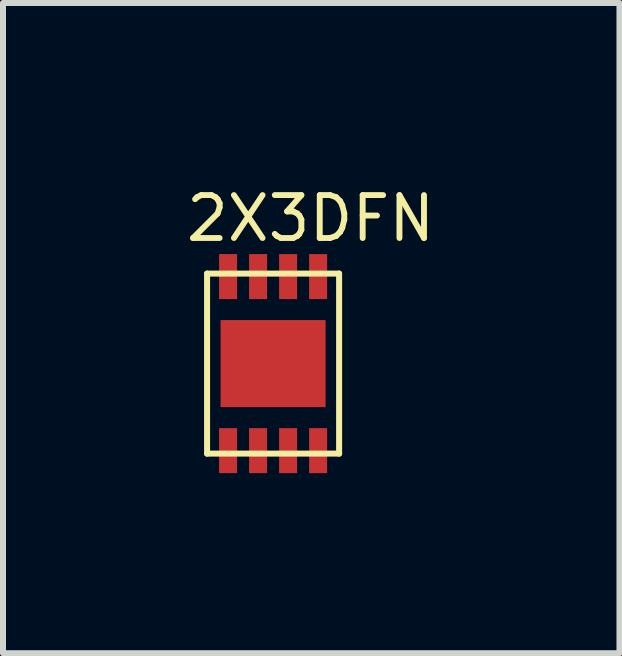
<source format=kicad_pcb>
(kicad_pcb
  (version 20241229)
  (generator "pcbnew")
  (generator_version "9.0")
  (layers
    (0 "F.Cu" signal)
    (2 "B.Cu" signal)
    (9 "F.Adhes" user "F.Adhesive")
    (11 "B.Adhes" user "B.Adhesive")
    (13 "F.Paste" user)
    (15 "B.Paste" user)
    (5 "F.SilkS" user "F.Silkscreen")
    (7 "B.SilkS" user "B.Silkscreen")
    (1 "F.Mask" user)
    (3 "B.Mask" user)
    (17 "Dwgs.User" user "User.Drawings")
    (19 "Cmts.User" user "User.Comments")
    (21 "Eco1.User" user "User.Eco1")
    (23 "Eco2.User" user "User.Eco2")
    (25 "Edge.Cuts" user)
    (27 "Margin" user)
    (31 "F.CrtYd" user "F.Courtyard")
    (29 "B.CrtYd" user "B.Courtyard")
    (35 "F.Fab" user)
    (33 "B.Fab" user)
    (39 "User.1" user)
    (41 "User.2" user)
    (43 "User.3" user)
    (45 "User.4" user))
  (footprint "2X3DFN"
    (layer "F.Cu")
    (at 1.5 3.008)
    (property "Reference" "2X3DFN" (at -1.5 -2 0) (unlocked yes) (layer "F.SilkS") (effects (font (size 0.715 0.715) (thickness 0.098)) (justify left bottom)))
    (fp_poly (pts (xy -0.9 -1.075) (xy -0.6 -1.075) (xy -0.6 -1.825) (xy -0.9 -1.825)) (stroke (width 0) (type default)) (fill yes) (layer "F.Mask"))
    (fp_poly (pts (xy -0.898 1.825) (xy -0.598 1.825) (xy -0.598 1.075) (xy -0.898 1.075)) (stroke (width 0) (type default)) (fill yes) (layer "F.Mask"))
    (fp_poly (pts (xy -0.875 0.725) (xy 0.875 0.725) (xy 0.875 -0.725) (xy -0.875 -0.725)) (stroke (width 0) (type default)) (fill yes) (layer "F.Mask"))
    (fp_poly (pts (xy -0.4 -1.075) (xy -0.1 -1.075) (xy -0.1 -1.825) (xy -0.4 -1.825)) (stroke (width 0) (type default)) (fill yes) (layer "F.Mask"))
    (fp_poly (pts (xy -0.4 1.825) (xy -0.1 1.825) (xy -0.1 1.075) (xy -0.4 1.075)) (stroke (width 0) (type default)) (fill yes) (layer "F.Mask"))
    (fp_poly (pts (xy 0.1 -1.075) (xy 0.4 -1.075) (xy 0.4 -1.825) (xy 0.1 -1.825)) (stroke (width 0) (type default)) (fill yes) (layer "F.Mask"))
    (fp_poly (pts (xy 0.1 1.825) (xy 0.4 1.825) (xy 0.4 1.075) (xy 0.1 1.075)) (stroke (width 0) (type default)) (fill yes) (layer "F.Mask"))
    (fp_poly (pts (xy 0.6 -1.075) (xy 0.9 -1.075) (xy 0.9 -1.825) (xy 0.6 -1.825)) (stroke (width 0) (type default)) (fill yes) (layer "F.Mask"))
    (fp_poly (pts (xy 0.6 1.825) (xy 0.9 1.825) (xy 0.9 1.075) (xy 0.6 1.075)) (stroke (width 0) (type default)) (fill yes) (layer "F.Mask"))
    (fp_line (start -1.1 -1.5) (end 1.1 -1.5) (stroke (width 0.1) (type solid)) (layer "F.SilkS"))
    (fp_line (start -1.1 1.5) (end -1.1 -1.5) (stroke (width 0.1) (type solid)) (layer "F.SilkS"))
    (fp_line (start 1.1 -1.5) (end 1.1 1.5) (stroke (width 0.1) (type solid)) (layer "F.SilkS"))
    (fp_line (start 1.1 1.5) (end -1.1 1.5) (stroke (width 0.1) (type solid)) (layer "F.SilkS"))
    (fp_poly (pts (xy -0.9 -1.075) (xy -0.6 -1.075) (xy -0.6 -1.825) (xy -0.9 -1.825)) (stroke (width 0) (type default)) (fill yes) (layer "F.Paste"))
    (fp_poly (pts (xy -0.898 1.825) (xy -0.598 1.825) (xy -0.598 1.075) (xy -0.898 1.075)) (stroke (width 0) (type default)) (fill yes) (layer "F.Paste"))
    (fp_poly (pts (xy -0.875 0.725) (xy 0.875 0.725) (xy 0.875 -0.725) (xy -0.875 -0.725)) (stroke (width 0) (type default)) (fill yes) (layer "F.Paste"))
    (fp_poly (pts (xy -0.4 -1.075) (xy -0.1 -1.075) (xy -0.1 -1.825) (xy -0.4 -1.825)) (stroke (width 0) (type default)) (fill yes) (layer "F.Paste"))
    (fp_poly (pts (xy -0.4 1.825) (xy -0.1 1.825) (xy -0.1 1.075) (xy -0.4 1.075)) (stroke (width 0) (type default)) (fill yes) (layer "F.Paste"))
    (fp_poly (pts (xy 0.1 -1.075) (xy 0.4 -1.075) (xy 0.4 -1.825) (xy 0.1 -1.825)) (stroke (width 0) (type default)) (fill yes) (layer "F.Paste"))
    (fp_poly (pts (xy 0.1 1.825) (xy 0.4 1.825) (xy 0.4 1.075) (xy 0.1 1.075)) (stroke (width 0) (type default)) (fill yes) (layer "F.Paste"))
    (fp_poly (pts (xy 0.6 -1.075) (xy 0.9 -1.075) (xy 0.9 -1.825) (xy 0.6 -1.825)) (stroke (width 0) (type default)) (fill yes) (layer "F.Paste"))
    (fp_poly (pts (xy 0.6 1.825) (xy 0.9 1.825) (xy 0.9 1.075) (xy 0.6 1.075)) (stroke (width 0) (type default)) (fill yes) (layer "F.Paste"))
    (pad "1" smd rect (at -0.75 1.45 90) (size 0.75 0.3) (layers "F.Cu"))
    (pad "2" smd rect (at -0.25 1.45 90) (size 0.75 0.3) (layers "F.Cu"))
    (pad "3" smd rect (at 0.25 1.45 90) (size 0.75 0.3) (layers "F.Cu"))
    (pad "4" smd rect (at 0.75 1.45 90) (size 0.75 0.3) (layers "F.Cu"))
    (pad "5" smd rect (at 0.75 -1.45 270) (size 0.75 0.3) (layers "F.Cu"))
    (pad "6" smd rect (at 0.25 -1.45 270) (size 0.75 0.3) (layers "F.Cu"))
    (pad "7" smd rect (at -0.25 -1.45 270) (size 0.75 0.3) (layers "F.Cu"))
    (pad "8" smd rect (at -0.75 -1.45 270) (size 0.75 0.3) (layers "F.Cu"))
    (pad "PAD" smd rect (at 0 0) (size 1.75 1.45) (layers "F.Cu")))
  (gr_rect
    (start -3 -3)
    (end 7.271 7.833)
    (stroke (width 0.1) (type default))
    (fill no)
    (layer "Edge.Cuts")))
</source>
